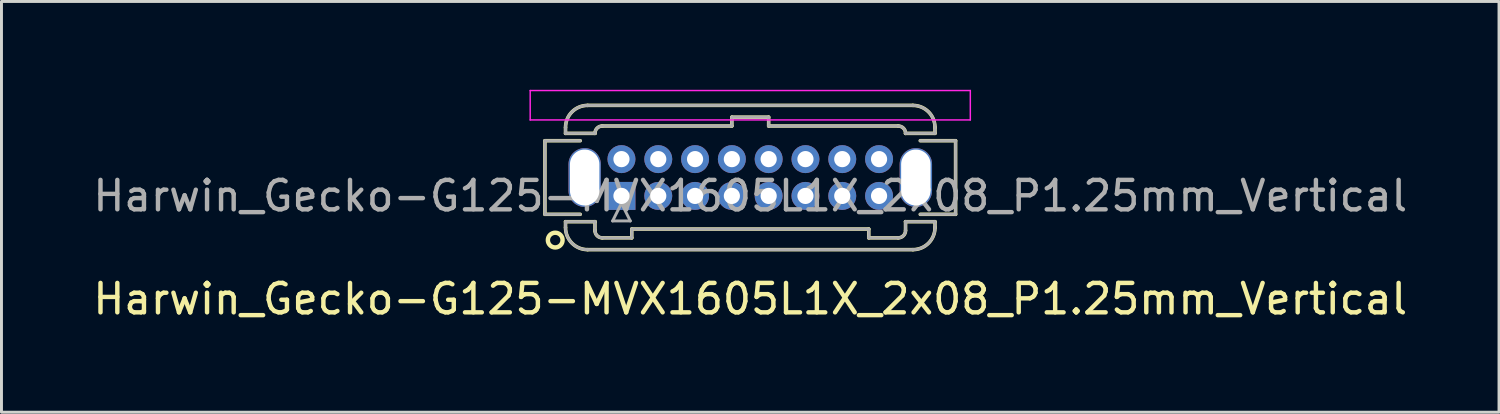
<source format=kicad_pcb>
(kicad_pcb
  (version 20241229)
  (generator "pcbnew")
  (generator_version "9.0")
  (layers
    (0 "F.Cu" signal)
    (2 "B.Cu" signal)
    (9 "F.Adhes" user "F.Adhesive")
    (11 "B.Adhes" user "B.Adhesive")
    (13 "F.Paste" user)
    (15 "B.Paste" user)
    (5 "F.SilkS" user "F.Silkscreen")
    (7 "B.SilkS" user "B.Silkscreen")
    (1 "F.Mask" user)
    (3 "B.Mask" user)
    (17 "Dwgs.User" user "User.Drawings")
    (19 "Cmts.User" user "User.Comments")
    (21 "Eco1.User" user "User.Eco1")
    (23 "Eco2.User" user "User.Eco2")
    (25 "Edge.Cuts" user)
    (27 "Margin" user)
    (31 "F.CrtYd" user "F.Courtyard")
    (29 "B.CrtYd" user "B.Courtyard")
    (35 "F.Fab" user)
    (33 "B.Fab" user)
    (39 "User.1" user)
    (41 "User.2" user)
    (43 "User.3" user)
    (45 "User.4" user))
  (footprint "Harwin_Gecko-G125-MVX1605L1X_2x08_P1.25mm_Vertical"
    (layer "F.Cu")
    (at 18.06 3.605)
    (property "Reference" "Harwin_Gecko-G125-MVX1605L1X_2x08_P1.25mm_Vertical" (at 4.375 3.5 0) (layer "F.SilkS") (effects (font (size 1 1) (thickness 0.15))))
    (attr through_hole)
    (fp_line (start -2.6 -1.875) (end -2.6 0.625) (stroke (width 0.12) (type solid)) (layer "F.SilkS"))
    (fp_line (start -2.6 0.625) (end -1.4 0.625) (stroke (width 0.12) (type solid)) (layer "F.SilkS"))
    (fp_line (start -1.9 -2.325) (end -1.9 -2.125) (stroke (width 0.12) (type solid)) (layer "F.SilkS"))
    (fp_line (start -1.9 -2.125) (end -0.9 -2.125) (stroke (width 0.12) (type solid)) (layer "F.SilkS"))
    (fp_line (start -1.9 0.875) (end -0.9 0.875) (stroke (width 0.12) (type solid)) (layer "F.SilkS"))
    (fp_line (start -1.9 1.075) (end -1.9 0.875) (stroke (width 0.12) (type solid)) (layer "F.SilkS"))
    (fp_line (start -1.4 -1.875) (end -2.6 -1.875) (stroke (width 0.12) (type solid)) (layer "F.SilkS"))
    (fp_line (start -1.15 -3.075) (end 9.9 -3.075) (stroke (width 0.12) (type solid)) (layer "F.SilkS"))
    (fp_line (start -1.15 1.825) (end 9.9 1.825) (stroke (width 0.12) (type solid)) (layer "F.SilkS"))
    (fp_line (start -0.9 -2.125) (end -0.9 -2.125) (stroke (width 0.12) (type solid)) (layer "F.SilkS"))
    (fp_line (start -0.9 0.875) (end -0.9 0.875) (stroke (width 0.12) (type solid)) (layer "F.SilkS"))
    (fp_line (start -0.9 1.175) (end -0.9 0.875) (stroke (width 0.12) (type solid)) (layer "F.SilkS"))
    (fp_line (start -0.65 -2.375) (end 3.75 -2.375) (stroke (width 0.12) (type solid)) (layer "F.SilkS"))
    (fp_line (start -0.65 1.425) (end 0.35 1.425) (stroke (width 0.12) (type solid)) (layer "F.SilkS"))
    (fp_line (start 0.35 1.125) (end 8.4 1.125) (stroke (width 0.12) (type solid)) (layer "F.SilkS"))
    (fp_line (start 0.35 1.425) (end 0.35 1.125) (stroke (width 0.12) (type solid)) (layer "F.SilkS"))
    (fp_line (start 3.75 -2.675) (end 5 -2.675) (stroke (width 0.12) (type solid)) (layer "F.SilkS"))
    (fp_line (start 3.75 -2.375) (end 3.75 -2.675) (stroke (width 0.12) (type solid)) (layer "F.SilkS"))
    (fp_line (start 5 -2.675) (end 5 -2.375) (stroke (width 0.12) (type solid)) (layer "F.SilkS"))
    (fp_line (start 5 -2.375) (end 9.4 -2.375) (stroke (width 0.12) (type solid)) (layer "F.SilkS"))
    (fp_line (start 8.4 1.125) (end 8.4 1.425) (stroke (width 0.12) (type solid)) (layer "F.SilkS"))
    (fp_line (start 8.4 1.425) (end 9.4 1.425) (stroke (width 0.12) (type solid)) (layer "F.SilkS"))
    (fp_line (start 9.65 -2.125) (end 9.65 -2.125) (stroke (width 0.12) (type solid)) (layer "F.SilkS"))
    (fp_line (start 9.65 0.875) (end 9.65 0.875) (stroke (width 0.12) (type solid)) (layer "F.SilkS"))
    (fp_line (start 9.65 1.175) (end 9.65 0.875) (stroke (width 0.12) (type solid)) (layer "F.SilkS"))
    (fp_line (start 10.15 -1.875) (end 11.35 -1.875) (stroke (width 0.12) (type solid)) (layer "F.SilkS"))
    (fp_line (start 10.65 -2.325) (end 10.65 -2.125) (stroke (width 0.12) (type solid)) (layer "F.SilkS"))
    (fp_line (start 10.65 -2.125) (end 9.65 -2.125) (stroke (width 0.12) (type solid)) (layer "F.SilkS"))
    (fp_line (start 10.65 0.875) (end 9.65 0.875) (stroke (width 0.12) (type solid)) (layer "F.SilkS"))
    (fp_line (start 10.65 1.075) (end 10.65 0.875) (stroke (width 0.12) (type solid)) (layer "F.SilkS"))
    (fp_line (start 11.35 -1.875) (end 11.35 0.625) (stroke (width 0.12) (type solid)) (layer "F.SilkS"))
    (fp_line (start 11.35 0.625) (end 10.15 0.625) (stroke (width 0.12) (type solid)) (layer "F.SilkS"))
    (fp_arc (start -1.9 -2.325) (mid -1.68033 -2.85533) (end -1.15 -3.075) (stroke (width 0.12) (type solid)) (layer "F.SilkS"))
    (fp_arc (start -1.15 1.825) (mid -1.68033 1.60533) (end -1.9 1.075) (stroke (width 0.12) (type solid)) (layer "F.SilkS"))
    (fp_arc (start -0.9 -2.125) (mid -0.826777 -2.301777) (end -0.65 -2.375) (stroke (width 0.12) (type solid)) (layer "F.SilkS"))
    (fp_arc (start -0.65 1.425) (mid -0.826777 1.351777) (end -0.9 1.175) (stroke (width 0.12) (type solid)) (layer "F.SilkS"))
    (fp_arc (start 9.4 -2.375) (mid 9.576777 -2.301777) (end 9.65 -2.125) (stroke (width 0.12) (type solid)) (layer "F.SilkS"))
    (fp_arc (start 9.65 1.175) (mid 9.576777 1.351777) (end 9.4 1.425) (stroke (width 0.12) (type solid)) (layer "F.SilkS"))
    (fp_arc (start 9.9 -3.075) (mid 10.43033 -2.85533) (end 10.65 -2.325) (stroke (width 0.12) (type solid)) (layer "F.SilkS"))
    (fp_arc (start 10.65 1.075) (mid 10.43033 1.60533) (end 9.9 1.825) (stroke (width 0.12) (type solid)) (layer "F.SilkS"))
    (fp_circle (center -2.25 1.5) (end -2 1.5) (stroke (width 0.15) (type solid)) (fill no) (layer "F.SilkS"))
    (fp_line (start -3.1 -3.58) (end -3.1 -2.58) (stroke (width 0.05) (type solid)) (layer "F.CrtYd"))
    (fp_line (start -3.1 -2.58) (end 11.85 -2.58) (stroke (width 0.05) (type solid)) (layer "F.CrtYd"))
    (fp_line (start 11.85 -3.58) (end -3.1 -3.58) (stroke (width 0.05) (type solid)) (layer "F.CrtYd"))
    (fp_line (start 11.85 -2.58) (end 11.85 -3.58) (stroke (width 0.05) (type solid)) (layer "F.CrtYd"))
    (fp_line (start -2.6 -1.875) (end -2.6 0.625) (stroke (width 0.1) (type solid)) (layer "F.Fab"))
    (fp_line (start -2.6 0.625) (end -1.4 0.625) (stroke (width 0.1) (type solid)) (layer "F.Fab"))
    (fp_line (start -1.9 -2.325) (end -1.9 -2.125) (stroke (width 0.1) (type solid)) (layer "F.Fab"))
    (fp_line (start -1.9 -2.125) (end -0.9 -2.125) (stroke (width 0.1) (type solid)) (layer "F.Fab"))
    (fp_line (start -1.9 0.875) (end -0.9 0.875) (stroke (width 0.1) (type solid)) (layer "F.Fab"))
    (fp_line (start -1.9 1.075) (end -1.9 0.875) (stroke (width 0.1) (type solid)) (layer "F.Fab"))
    (fp_line (start -1.4 -1.875) (end -2.6 -1.875) (stroke (width 0.1) (type solid)) (layer "F.Fab"))
    (fp_line (start -1.15 -3.075) (end 9.9 -3.075) (stroke (width 0.1) (type solid)) (layer "F.Fab"))
    (fp_line (start -1.15 1.825) (end 9.9 1.825) (stroke (width 0.1) (type solid)) (layer "F.Fab"))
    (fp_line (start -0.9 -2.125) (end -0.9 -2.125) (stroke (width 0.1) (type solid)) (layer "F.Fab"))
    (fp_line (start -0.9 0.875) (end -0.9 0.875) (stroke (width 0.1) (type solid)) (layer "F.Fab"))
    (fp_line (start -0.9 1.175) (end -0.9 0.875) (stroke (width 0.1) (type solid)) (layer "F.Fab"))
    (fp_line (start -0.65 -2.375) (end 3.75 -2.375) (stroke (width 0.1) (type solid)) (layer "F.Fab"))
    (fp_line (start -0.65 1.425) (end 0.35 1.425) (stroke (width 0.1) (type solid)) (layer "F.Fab"))
    (fp_line (start -0.3 0.85) (end 0.3 0.85) (stroke (width 0.1) (type solid)) (layer "F.Fab"))
    (fp_line (start 0 0.25) (end -0.3 0.85) (stroke (width 0.1) (type solid)) (layer "F.Fab"))
    (fp_line (start 0.3 0.85) (end 0 0.25) (stroke (width 0.1) (type solid)) (layer "F.Fab"))
    (fp_line (start 0.35 1.125) (end 8.4 1.125) (stroke (width 0.1) (type solid)) (layer "F.Fab"))
    (fp_line (start 0.35 1.425) (end 0.35 1.125) (stroke (width 0.1) (type solid)) (layer "F.Fab"))
    (fp_line (start 3.75 -2.675) (end 5 -2.675) (stroke (width 0.1) (type solid)) (layer "F.Fab"))
    (fp_line (start 3.75 -2.375) (end 3.75 -2.675) (stroke (width 0.1) (type solid)) (layer "F.Fab"))
    (fp_line (start 5 -2.675) (end 5 -2.375) (stroke (width 0.1) (type solid)) (layer "F.Fab"))
    (fp_line (start 5 -2.375) (end 9.4 -2.375) (stroke (width 0.1) (type solid)) (layer "F.Fab"))
    (fp_line (start 8.4 1.125) (end 8.4 1.425) (stroke (width 0.1) (type solid)) (layer "F.Fab"))
    (fp_line (start 8.4 1.425) (end 9.4 1.425) (stroke (width 0.1) (type solid)) (layer "F.Fab"))
    (fp_line (start 9.65 -2.125) (end 9.65 -2.125) (stroke (width 0.1) (type solid)) (layer "F.Fab"))
    (fp_line (start 9.65 0.875) (end 9.65 0.875) (stroke (width 0.1) (type solid)) (layer "F.Fab"))
    (fp_line (start 9.65 1.175) (end 9.65 0.875) (stroke (width 0.1) (type solid)) (layer "F.Fab"))
    (fp_line (start 10.15 -1.875) (end 11.35 -1.875) (stroke (width 0.1) (type solid)) (layer "F.Fab"))
    (fp_line (start 10.65 -2.325) (end 10.65 -2.125) (stroke (width 0.1) (type solid)) (layer "F.Fab"))
    (fp_line (start 10.65 -2.125) (end 9.65 -2.125) (stroke (width 0.1) (type solid)) (layer "F.Fab"))
    (fp_line (start 10.65 0.875) (end 9.65 0.875) (stroke (width 0.1) (type solid)) (layer "F.Fab"))
    (fp_line (start 10.65 1.075) (end 10.65 0.875) (stroke (width 0.1) (type solid)) (layer "F.Fab"))
    (fp_line (start 11.35 -1.875) (end 11.35 0.625) (stroke (width 0.1) (type solid)) (layer "F.Fab"))
    (fp_line (start 11.35 0.625) (end 10.15 0.625) (stroke (width 0.1) (type solid)) (layer "F.Fab"))
    (fp_arc (start -1.9 -2.325) (mid -1.68033 -2.85533) (end -1.15 -3.075) (stroke (width 0.1) (type solid)) (layer "F.Fab"))
    (fp_arc (start -1.15 1.825) (mid -1.68033 1.60533) (end -1.9 1.075) (stroke (width 0.1) (type solid)) (layer "F.Fab"))
    (fp_arc (start -0.9 -2.125) (mid -0.826777 -2.301777) (end -0.65 -2.375) (stroke (width 0.1) (type solid)) (layer "F.Fab"))
    (fp_arc (start -0.65 1.425) (mid -0.826777 1.351777) (end -0.9 1.175) (stroke (width 0.1) (type solid)) (layer "F.Fab"))
    (fp_arc (start 9.4 -2.375) (mid 9.576777 -2.301777) (end 9.65 -2.125) (stroke (width 0.1) (type solid)) (layer "F.Fab"))
    (fp_arc (start 9.65 1.175) (mid 9.576777 1.351777) (end 9.4 1.425) (stroke (width 0.1) (type solid)) (layer "F.Fab"))
    (fp_arc (start 9.9 -3.075) (mid 10.43033 -2.85533) (end 10.65 -2.325) (stroke (width 0.1) (type solid)) (layer "F.Fab"))
    (fp_arc (start 10.65 1.075) (mid 10.43033 1.60533) (end 9.9 1.825) (stroke (width 0.1) (type solid)) (layer "F.Fab"))
    (fp_text user "${REFERENCE}" (at 4.375 0 0) (layer "F.Fab") (effects (font (size 1 1) (thickness 0.15))))
    (pad "" np_thru_hole oval (at -1.25 -0.625) (size 1.1 2) (drill oval 1 1.9) (layers "*.Cu" "*.Mask"))
    (pad "" np_thru_hole oval (at 10 -0.625) (size 1.1 2) (drill oval 1 1.9) (layers "*.Cu" "*.Mask"))
    (pad "1" thru_hole rect (at 0 0) (size 0.95 0.95) (drill 0.55) (layers "*.Cu" "*.Mask"))
    (pad "2" thru_hole circle (at 0 -1.25) (size 0.95 0.95) (drill 0.55) (layers "*.Cu" "*.Mask"))
    (pad "3" thru_hole circle (at 1.25 0) (size 0.95 0.95) (drill 0.55) (layers "*.Cu" "*.Mask"))
    (pad "4" thru_hole circle (at 1.25 -1.25) (size 0.95 0.95) (drill 0.55) (layers "*.Cu" "*.Mask"))
    (pad "5" thru_hole circle (at 2.5 0) (size 0.95 0.95) (drill 0.55) (layers "*.Cu" "*.Mask"))
    (pad "6" thru_hole circle (at 2.5 -1.25) (size 0.95 0.95) (drill 0.55) (layers "*.Cu" "*.Mask"))
    (pad "7" thru_hole circle (at 3.75 0) (size 0.95 0.95) (drill 0.55) (layers "*.Cu" "*.Mask"))
    (pad "8" thru_hole circle (at 3.75 -1.25) (size 0.95 0.95) (drill 0.55) (layers "*.Cu" "*.Mask"))
    (pad "9" thru_hole circle (at 5 0) (size 0.95 0.95) (drill 0.55) (layers "*.Cu" "*.Mask"))
    (pad "10" thru_hole circle (at 5 -1.25) (size 0.95 0.95) (drill 0.55) (layers "*.Cu" "*.Mask"))
    (pad "11" thru_hole circle (at 6.25 0) (size 0.95 0.95) (drill 0.55) (layers "*.Cu" "*.Mask"))
    (pad "12" thru_hole circle (at 6.25 -1.25) (size 0.95 0.95) (drill 0.55) (layers "*.Cu" "*.Mask"))
    (pad "13" thru_hole circle (at 7.5 0) (size 0.95 0.95) (drill 0.55) (layers "*.Cu" "*.Mask"))
    (pad "14" thru_hole circle (at 7.5 -1.25) (size 0.95 0.95) (drill 0.55) (layers "*.Cu" "*.Mask"))
    (pad "15" thru_hole circle (at 8.75 0) (size 0.95 0.95) (drill 0.55) (layers "*.Cu" "*.Mask"))
    (pad "16" thru_hole circle (at 8.75 -1.25) (size 0.95 0.95) (drill 0.55) (layers "*.Cu" "*.Mask")))
  (gr_rect
    (start -3 -3)
    (end 47.869 10.953)
    (stroke (width 0.1) (type default))
    (fill no)
    (layer "Edge.Cuts")))
</source>
